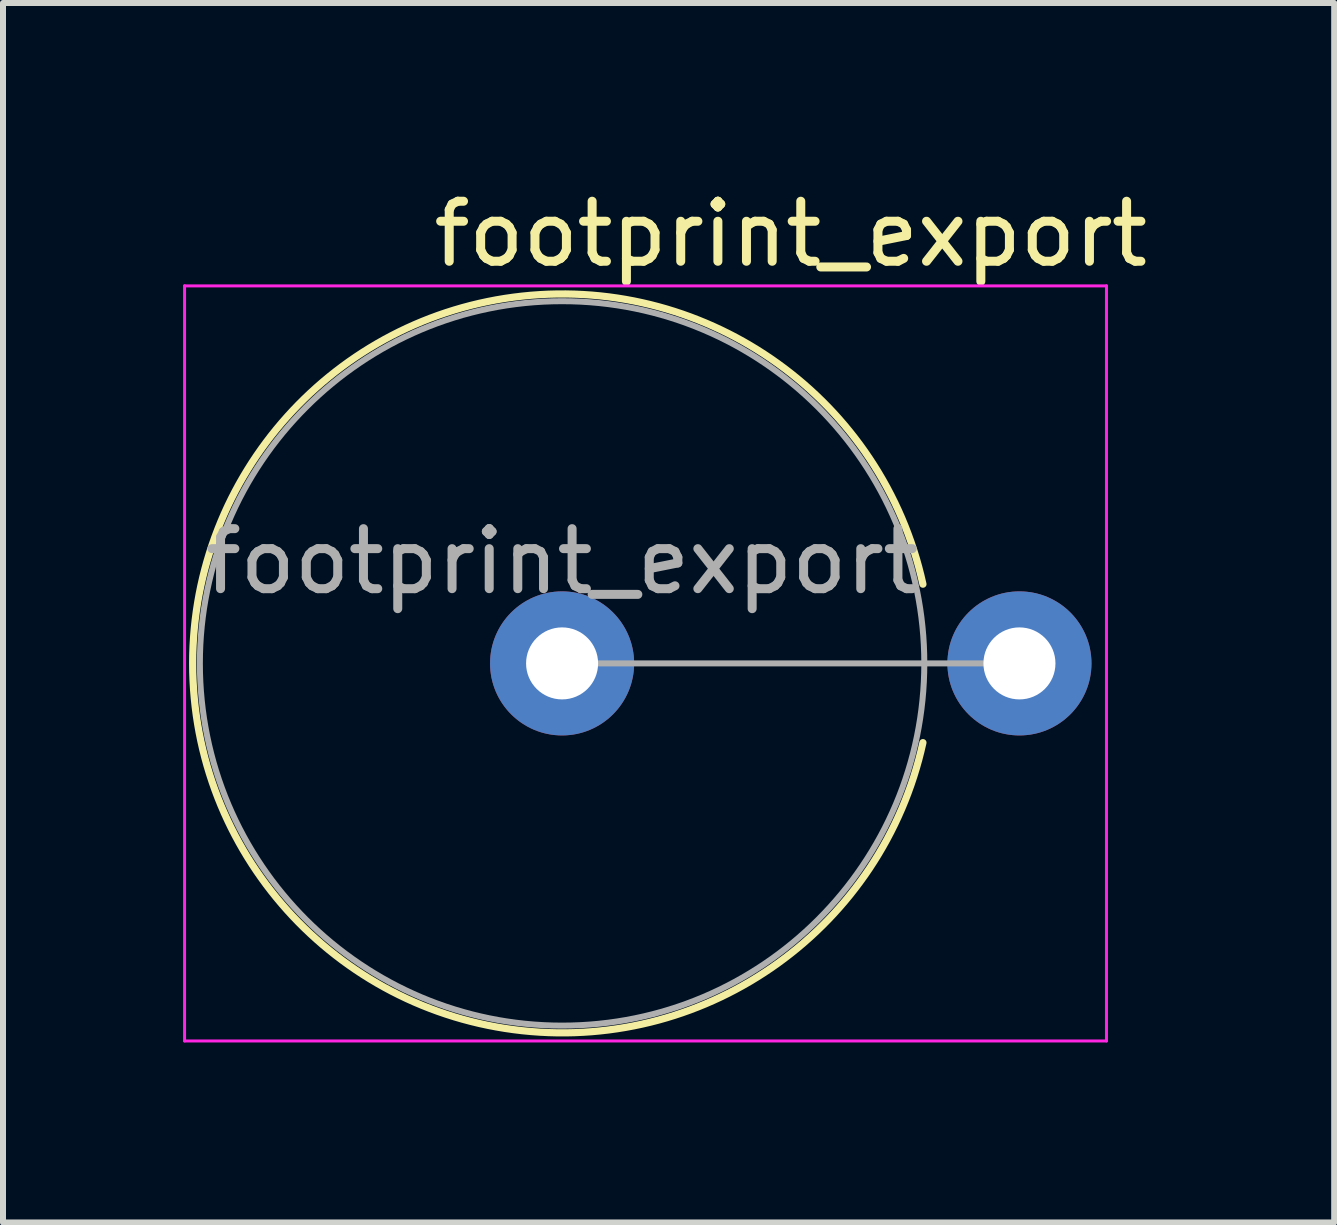
<source format=kicad_pcb>
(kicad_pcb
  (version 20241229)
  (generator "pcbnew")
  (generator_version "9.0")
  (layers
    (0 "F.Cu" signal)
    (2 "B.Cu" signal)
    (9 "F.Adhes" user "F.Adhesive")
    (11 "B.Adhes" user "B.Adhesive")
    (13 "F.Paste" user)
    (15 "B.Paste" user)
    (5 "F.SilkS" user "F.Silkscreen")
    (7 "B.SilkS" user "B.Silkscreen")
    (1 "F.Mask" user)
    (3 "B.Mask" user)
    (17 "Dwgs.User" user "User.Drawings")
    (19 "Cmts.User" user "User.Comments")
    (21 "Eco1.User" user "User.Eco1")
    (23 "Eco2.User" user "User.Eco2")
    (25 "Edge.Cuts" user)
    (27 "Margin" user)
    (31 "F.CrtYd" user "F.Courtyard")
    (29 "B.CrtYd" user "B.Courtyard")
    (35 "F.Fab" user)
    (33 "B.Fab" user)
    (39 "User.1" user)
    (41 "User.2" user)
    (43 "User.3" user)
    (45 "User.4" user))
  (footprint "footprint_export"
    (layer "F.Cu")
    (at 6.315 8.003)
    (property "Reference" "footprint_export" (at 3.81 -7.155 0) (layer "F.SilkS") (effects (font (size 1 1) (thickness 0.15))))
    (attr through_hole)
    (fp_arc (start 6.01179 1.32) (mid -6.155 0) (end 6.01179 -1.32) (stroke (width 0.12) (type solid)) (layer "F.SilkS"))
    (fp_line (start -6.29 -6.29) (end -6.29 6.29) (stroke (width 0.05) (type solid)) (layer "F.CrtYd"))
    (fp_line (start -6.29 6.29) (end 9.07 6.29) (stroke (width 0.05) (type solid)) (layer "F.CrtYd"))
    (fp_line (start 9.07 -6.29) (end -6.29 -6.29) (stroke (width 0.05) (type solid)) (layer "F.CrtYd"))
    (fp_line (start 9.07 6.29) (end 9.07 -6.29) (stroke (width 0.05) (type solid)) (layer "F.CrtYd"))
    (fp_line (start 0 0) (end 7.62 0) (stroke (width 0.1) (type solid)) (layer "F.Fab"))
    (fp_circle (center 0 0) (end 6.035 0) (stroke (width 0.1) (type solid)) (fill no) (layer "F.Fab"))
    (fp_text user "${REFERENCE}" (at 0 -1.7 0) (layer "F.Fab") (effects (font (size 1 1) (thickness 0.15))))
    (pad "1" thru_hole circle (at 0 0) (size 2.4 2.4) (drill 1.2) (layers "*.Cu" "*.Mask"))
    (pad "2" thru_hole oval (at 7.62 0) (size 2.4 2.4) (drill 1.2) (layers "*.Cu" "*.Mask")))
  (gr_rect
    (start -3 -3)
    (end 19.179 17.318)
    (stroke (width 0.1) (type default))
    (fill no)
    (layer "Edge.Cuts")))
</source>
